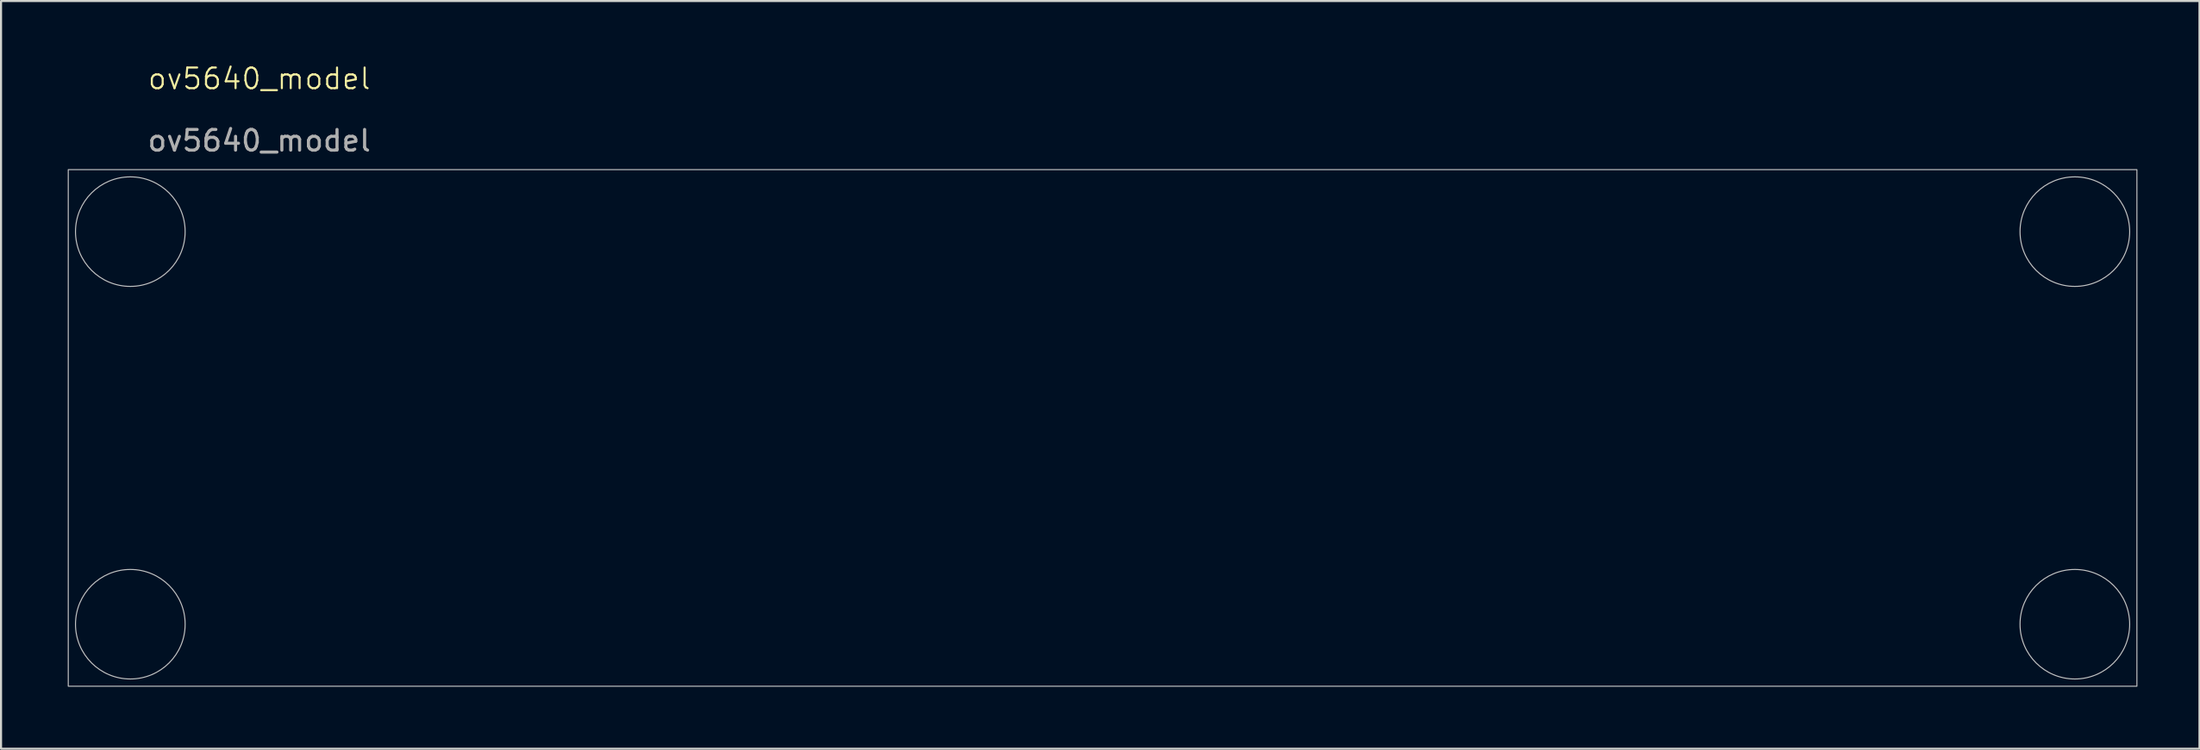
<source format=kicad_pcb>
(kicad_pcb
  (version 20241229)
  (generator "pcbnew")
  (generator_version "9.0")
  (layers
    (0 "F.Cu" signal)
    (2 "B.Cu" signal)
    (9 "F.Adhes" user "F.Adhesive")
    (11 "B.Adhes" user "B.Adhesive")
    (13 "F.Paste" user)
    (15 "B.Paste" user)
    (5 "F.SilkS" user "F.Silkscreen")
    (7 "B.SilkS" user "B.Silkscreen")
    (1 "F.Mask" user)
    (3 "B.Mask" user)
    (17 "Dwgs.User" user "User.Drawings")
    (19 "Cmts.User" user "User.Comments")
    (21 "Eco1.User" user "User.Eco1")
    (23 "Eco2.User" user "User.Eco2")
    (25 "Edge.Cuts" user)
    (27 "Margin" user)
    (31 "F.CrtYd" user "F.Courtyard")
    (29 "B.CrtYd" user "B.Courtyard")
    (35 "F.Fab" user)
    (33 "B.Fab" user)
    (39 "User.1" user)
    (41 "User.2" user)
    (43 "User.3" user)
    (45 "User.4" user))
  (footprint "ov5640_model"
    (layer "F.Cu")
    (at 0.25 5.16)
    (property "Reference" "ov5640_model" (at 9.23 -4.4 0) (unlocked yes) (layer "F.SilkS") (effects (font (size 1 1) (thickness 0.1))))
    (attr smd)
    (fp_rect (start 0 0) (end 100 25) (stroke (width 0.05) (type default)) (fill no) (layer "Dwgs.User"))
    (fp_circle (center 3 3) (end 5.65 3) (stroke (width 0.05) (type default)) (fill no) (layer "Dwgs.User"))
    (fp_circle (center 3 22) (end 5.65 22) (stroke (width 0.05) (type default)) (fill no) (layer "Dwgs.User"))
    (fp_circle (center 97 3) (end 99.65 3) (stroke (width 0.05) (type default)) (fill no) (layer "Dwgs.User"))
    (fp_circle (center 97 22) (end 99.65 22) (stroke (width 0.05) (type default)) (fill no) (layer "Dwgs.User"))
    (fp_text user "${REFERENCE}" (at 9.23 -1.4 0) (unlocked yes) (layer "F.Fab") (effects (font (size 1 1) (thickness 0.15)))))
  (gr_rect
    (start -3 -3)
    (end 103.275 33.185)
    (stroke (width 0.1) (type default))
    (fill no)
    (layer "Edge.Cuts")))
</source>
